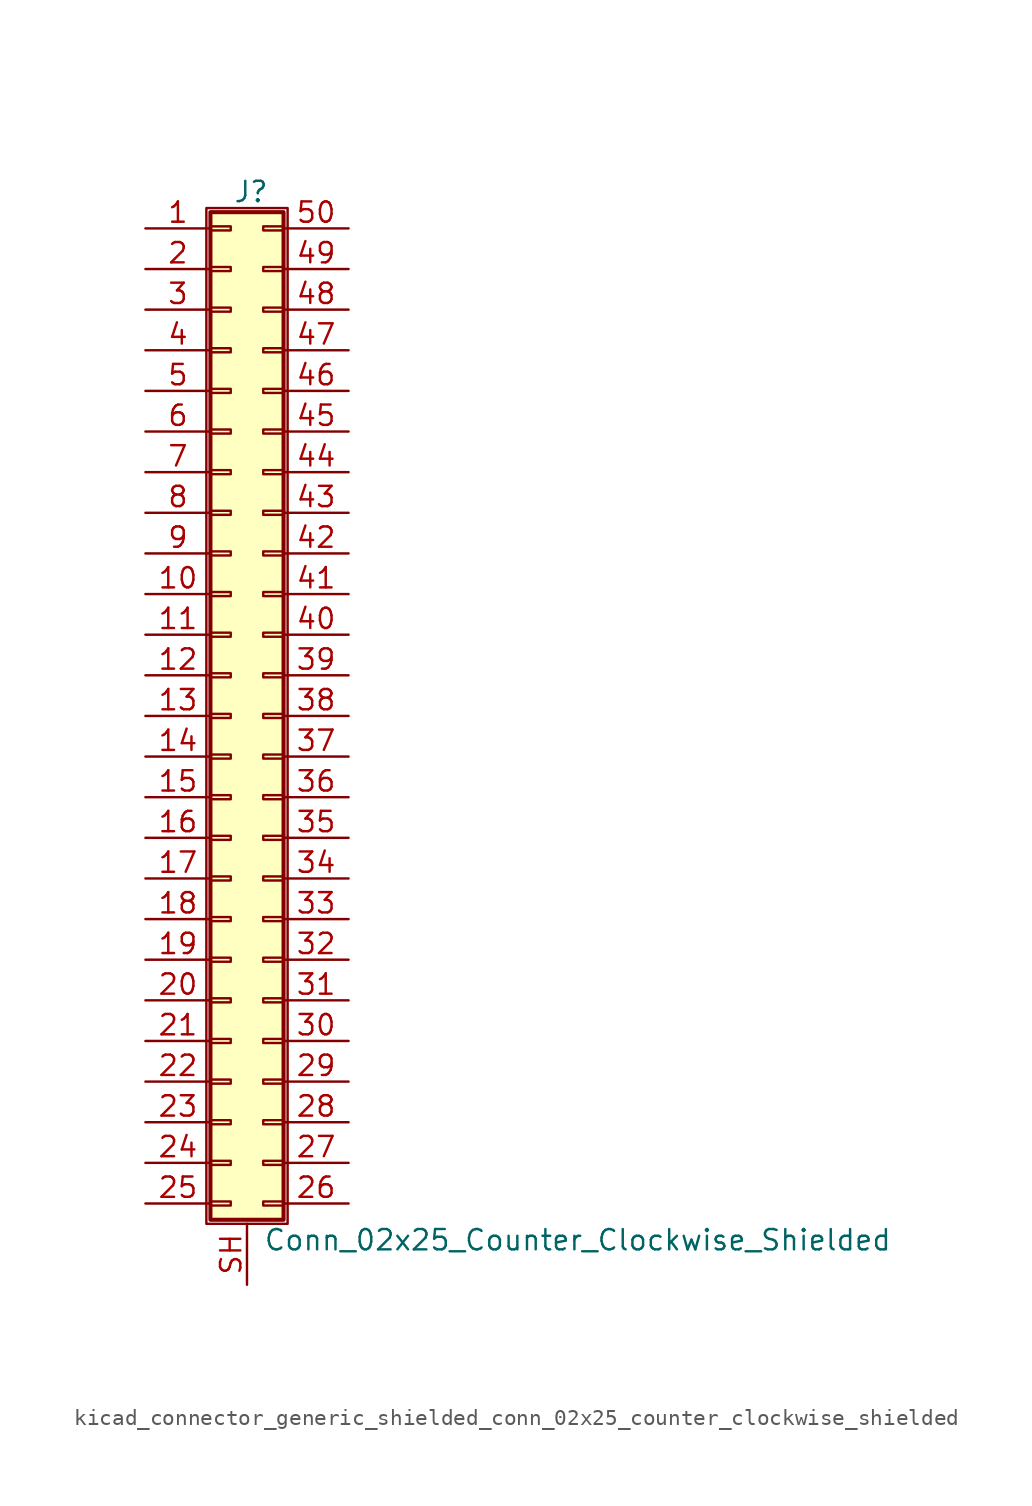
<source format=kicad_sym>
(kicad_symbol_lib
  (version 20220914)
  (generator kicad_symbol_editor)
  (symbol "kicad_connector_generic_shielded_conn_02x25_counter_clockwise_shielded"
    (pin_names
      (offset 1.016) hide)
    (property "Reference" "J"
      (at 1.524 32.766 0)
      (effects (font (size 1.27 1.27))))
    (property "Value" "Conn_02x25_Counter_Clockwise_Shielded"
      (at 2.286 -32.766 0)
      (effects (font (size 1.27 1.27)) (justify left)))
    (symbol "kicad_connector_generic_shielded_conn_02x25_counter_clockwise_shielded_1_1"
      (rectangle (start -1.27 31.75) (end 3.81 -31.75) (stroke (width 0.152) (type default)) (fill (type none)))
      (rectangle (start -1.016 -30.353) (end 0.254 -30.607) (stroke (width 0.152) (type default)) (fill (type none)))
      (rectangle (start -1.016 -27.813) (end 0.254 -28.067) (stroke (width 0.152) (type default)) (fill (type none)))
      (rectangle (start -1.016 -25.273) (end 0.254 -25.527) (stroke (width 0.152) (type default)) (fill (type none)))
      (rectangle (start -1.016 -22.733) (end 0.254 -22.987) (stroke (width 0.152) (type default)) (fill (type none)))
      (rectangle (start -1.016 -20.193) (end 0.254 -20.447) (stroke (width 0.152) (type default)) (fill (type none)))
      (rectangle (start -1.016 -17.653) (end 0.254 -17.907) (stroke (width 0.152) (type default)) (fill (type none)))
      (rectangle (start -1.016 -15.113) (end 0.254 -15.367) (stroke (width 0.152) (type default)) (fill (type none)))
      (rectangle (start -1.016 -12.573) (end 0.254 -12.827) (stroke (width 0.152) (type default)) (fill (type none)))
      (rectangle (start -1.016 -10.033) (end 0.254 -10.287) (stroke (width 0.152) (type default)) (fill (type none)))
      (rectangle (start -1.016 -7.493) (end 0.254 -7.747) (stroke (width 0.152) (type default)) (fill (type none)))
      (rectangle (start -1.016 -4.953) (end 0.254 -5.207) (stroke (width 0.152) (type default)) (fill (type none)))
      (rectangle (start -1.016 -2.413) (end 0.254 -2.667) (stroke (width 0.152) (type default)) (fill (type none)))
      (rectangle (start -1.016 0.127) (end 0.254 -0.127) (stroke (width 0.152) (type default)) (fill (type none)))
      (rectangle (start -1.016 2.667) (end 0.254 2.413) (stroke (width 0.152) (type default)) (fill (type none)))
      (rectangle (start -1.016 5.207) (end 0.254 4.953) (stroke (width 0.152) (type default)) (fill (type none)))
      (rectangle (start -1.016 7.747) (end 0.254 7.493) (stroke (width 0.152) (type default)) (fill (type none)))
      (rectangle (start -1.016 10.287) (end 0.254 10.033) (stroke (width 0.152) (type default)) (fill (type none)))
      (rectangle (start -1.016 12.827) (end 0.254 12.573) (stroke (width 0.152) (type default)) (fill (type none)))
      (rectangle (start -1.016 15.367) (end 0.254 15.113) (stroke (width 0.152) (type default)) (fill (type none)))
      (rectangle (start -1.016 17.907) (end 0.254 17.653) (stroke (width 0.152) (type default)) (fill (type none)))
      (rectangle (start -1.016 20.447) (end 0.254 20.193) (stroke (width 0.152) (type default)) (fill (type none)))
      (rectangle (start -1.016 22.987) (end 0.254 22.733) (stroke (width 0.152) (type default)) (fill (type none)))
      (rectangle (start -1.016 25.527) (end 0.254 25.273) (stroke (width 0.152) (type default)) (fill (type none)))
      (rectangle (start -1.016 28.067) (end 0.254 27.813) (stroke (width 0.152) (type default)) (fill (type none)))
      (rectangle (start -1.016 30.607) (end 0.254 30.353) (stroke (width 0.152) (type default)) (fill (type none)))
      (rectangle (start -1.016 31.496) (end 3.556 -31.496) (stroke (width 0.254) (type default)) (fill (type background)))
      (rectangle (start 3.556 -30.353) (end 2.286 -30.607) (stroke (width 0.152) (type default)) (fill (type none)))
      (rectangle (start 3.556 -27.813) (end 2.286 -28.067) (stroke (width 0.152) (type default)) (fill (type none)))
      (rectangle (start 3.556 -25.273) (end 2.286 -25.527) (stroke (width 0.152) (type default)) (fill (type none)))
      (rectangle (start 3.556 -22.733) (end 2.286 -22.987) (stroke (width 0.152) (type default)) (fill (type none)))
      (rectangle (start 3.556 -20.193) (end 2.286 -20.447) (stroke (width 0.152) (type default)) (fill (type none)))
      (rectangle (start 3.556 -17.653) (end 2.286 -17.907) (stroke (width 0.152) (type default)) (fill (type none)))
      (rectangle (start 3.556 -15.113) (end 2.286 -15.367) (stroke (width 0.152) (type default)) (fill (type none)))
      (rectangle (start 3.556 -12.573) (end 2.286 -12.827) (stroke (width 0.152) (type default)) (fill (type none)))
      (rectangle (start 3.556 -10.033) (end 2.286 -10.287) (stroke (width 0.152) (type default)) (fill (type none)))
      (rectangle (start 3.556 -7.493) (end 2.286 -7.747) (stroke (width 0.152) (type default)) (fill (type none)))
      (rectangle (start 3.556 -4.953) (end 2.286 -5.207) (stroke (width 0.152) (type default)) (fill (type none)))
      (rectangle (start 3.556 -2.413) (end 2.286 -2.667) (stroke (width 0.152) (type default)) (fill (type none)))
      (rectangle (start 3.556 0.127) (end 2.286 -0.127) (stroke (width 0.152) (type default)) (fill (type none)))
      (rectangle (start 3.556 2.667) (end 2.286 2.413) (stroke (width 0.152) (type default)) (fill (type none)))
      (rectangle (start 3.556 5.207) (end 2.286 4.953) (stroke (width 0.152) (type default)) (fill (type none)))
      (rectangle (start 3.556 7.747) (end 2.286 7.493) (stroke (width 0.152) (type default)) (fill (type none)))
      (rectangle (start 3.556 10.287) (end 2.286 10.033) (stroke (width 0.152) (type default)) (fill (type none)))
      (rectangle (start 3.556 12.827) (end 2.286 12.573) (stroke (width 0.152) (type default)) (fill (type none)))
      (rectangle (start 3.556 15.367) (end 2.286 15.113) (stroke (width 0.152) (type default)) (fill (type none)))
      (rectangle (start 3.556 17.907) (end 2.286 17.653) (stroke (width 0.152) (type default)) (fill (type none)))
      (rectangle (start 3.556 20.447) (end 2.286 20.193) (stroke (width 0.152) (type default)) (fill (type none)))
      (rectangle (start 3.556 22.987) (end 2.286 22.733) (stroke (width 0.152) (type default)) (fill (type none)))
      (rectangle (start 3.556 25.527) (end 2.286 25.273) (stroke (width 0.152) (type default)) (fill (type none)))
      (rectangle (start 3.556 28.067) (end 2.286 27.813) (stroke (width 0.152) (type default)) (fill (type none)))
      (rectangle (start 3.556 30.607) (end 2.286 30.353) (stroke (width 0.152) (type default)) (fill (type none)))
      (pin passive line (at -5.08 30.48 0) (length 4.064) (name "Pin_1" (effects (font (size 1.27 1.27)))) (number "1" (effects (font (size 1.27 1.27)))))
      (pin passive line (at -5.08 7.62 0) (length 4.064) (name "Pin_10" (effects (font (size 1.27 1.27)))) (number "10" (effects (font (size 1.27 1.27)))))
      (pin passive line (at -5.08 5.08 0) (length 4.064) (name "Pin_11" (effects (font (size 1.27 1.27)))) (number "11" (effects (font (size 1.27 1.27)))))
      (pin passive line (at -5.08 2.54 0) (length 4.064) (name "Pin_12" (effects (font (size 1.27 1.27)))) (number "12" (effects (font (size 1.27 1.27)))))
      (pin passive line (at -5.08 0 0) (length 4.064) (name "Pin_13" (effects (font (size 1.27 1.27)))) (number "13" (effects (font (size 1.27 1.27)))))
      (pin passive line (at -5.08 -2.54 0) (length 4.064) (name "Pin_14" (effects (font (size 1.27 1.27)))) (number "14" (effects (font (size 1.27 1.27)))))
      (pin passive line (at -5.08 -5.08 0) (length 4.064) (name "Pin_15" (effects (font (size 1.27 1.27)))) (number "15" (effects (font (size 1.27 1.27)))))
      (pin passive line (at -5.08 -7.62 0) (length 4.064) (name "Pin_16" (effects (font (size 1.27 1.27)))) (number "16" (effects (font (size 1.27 1.27)))))
      (pin passive line (at -5.08 -10.16 0) (length 4.064) (name "Pin_17" (effects (font (size 1.27 1.27)))) (number "17" (effects (font (size 1.27 1.27)))))
      (pin passive line (at -5.08 -12.7 0) (length 4.064) (name "Pin_18" (effects (font (size 1.27 1.27)))) (number "18" (effects (font (size 1.27 1.27)))))
      (pin passive line (at -5.08 -15.24 0) (length 4.064) (name "Pin_19" (effects (font (size 1.27 1.27)))) (number "19" (effects (font (size 1.27 1.27)))))
      (pin passive line (at -5.08 27.94 0) (length 4.064) (name "Pin_2" (effects (font (size 1.27 1.27)))) (number "2" (effects (font (size 1.27 1.27)))))
      (pin passive line (at -5.08 -17.78 0) (length 4.064) (name "Pin_20" (effects (font (size 1.27 1.27)))) (number "20" (effects (font (size 1.27 1.27)))))
      (pin passive line (at -5.08 -20.32 0) (length 4.064) (name "Pin_21" (effects (font (size 1.27 1.27)))) (number "21" (effects (font (size 1.27 1.27)))))
      (pin passive line (at -5.08 -22.86 0) (length 4.064) (name "Pin_22" (effects (font (size 1.27 1.27)))) (number "22" (effects (font (size 1.27 1.27)))))
      (pin passive line (at -5.08 -25.4 0) (length 4.064) (name "Pin_23" (effects (font (size 1.27 1.27)))) (number "23" (effects (font (size 1.27 1.27)))))
      (pin passive line (at -5.08 -27.94 0) (length 4.064) (name "Pin_24" (effects (font (size 1.27 1.27)))) (number "24" (effects (font (size 1.27 1.27)))))
      (pin passive line (at -5.08 -30.48 0) (length 4.064) (name "Pin_25" (effects (font (size 1.27 1.27)))) (number "25" (effects (font (size 1.27 1.27)))))
      (pin passive line (at 7.62 -30.48 180) (length 4.064) (name "Pin_26" (effects (font (size 1.27 1.27)))) (number "26" (effects (font (size 1.27 1.27)))))
      (pin passive line (at 7.62 -27.94 180) (length 4.064) (name "Pin_27" (effects (font (size 1.27 1.27)))) (number "27" (effects (font (size 1.27 1.27)))))
      (pin passive line (at 7.62 -25.4 180) (length 4.064) (name "Pin_28" (effects (font (size 1.27 1.27)))) (number "28" (effects (font (size 1.27 1.27)))))
      (pin passive line (at 7.62 -22.86 180) (length 4.064) (name "Pin_29" (effects (font (size 1.27 1.27)))) (number "29" (effects (font (size 1.27 1.27)))))
      (pin passive line (at -5.08 25.4 0) (length 4.064) (name "Pin_3" (effects (font (size 1.27 1.27)))) (number "3" (effects (font (size 1.27 1.27)))))
      (pin passive line (at 7.62 -20.32 180) (length 4.064) (name "Pin_30" (effects (font (size 1.27 1.27)))) (number "30" (effects (font (size 1.27 1.27)))))
      (pin passive line (at 7.62 -17.78 180) (length 4.064) (name "Pin_31" (effects (font (size 1.27 1.27)))) (number "31" (effects (font (size 1.27 1.27)))))
      (pin passive line (at 7.62 -15.24 180) (length 4.064) (name "Pin_32" (effects (font (size 1.27 1.27)))) (number "32" (effects (font (size 1.27 1.27)))))
      (pin passive line (at 7.62 -12.7 180) (length 4.064) (name "Pin_33" (effects (font (size 1.27 1.27)))) (number "33" (effects (font (size 1.27 1.27)))))
      (pin passive line (at 7.62 -10.16 180) (length 4.064) (name "Pin_34" (effects (font (size 1.27 1.27)))) (number "34" (effects (font (size 1.27 1.27)))))
      (pin passive line (at 7.62 -7.62 180) (length 4.064) (name "Pin_35" (effects (font (size 1.27 1.27)))) (number "35" (effects (font (size 1.27 1.27)))))
      (pin passive line (at 7.62 -5.08 180) (length 4.064) (name "Pin_36" (effects (font (size 1.27 1.27)))) (number "36" (effects (font (size 1.27 1.27)))))
      (pin passive line (at 7.62 -2.54 180) (length 4.064) (name "Pin_37" (effects (font (size 1.27 1.27)))) (number "37" (effects (font (size 1.27 1.27)))))
      (pin passive line (at 7.62 0 180) (length 4.064) (name "Pin_38" (effects (font (size 1.27 1.27)))) (number "38" (effects (font (size 1.27 1.27)))))
      (pin passive line (at 7.62 2.54 180) (length 4.064) (name "Pin_39" (effects (font (size 1.27 1.27)))) (number "39" (effects (font (size 1.27 1.27)))))
      (pin passive line (at -5.08 22.86 0) (length 4.064) (name "Pin_4" (effects (font (size 1.27 1.27)))) (number "4" (effects (font (size 1.27 1.27)))))
      (pin passive line (at 7.62 5.08 180) (length 4.064) (name "Pin_40" (effects (font (size 1.27 1.27)))) (number "40" (effects (font (size 1.27 1.27)))))
      (pin passive line (at 7.62 7.62 180) (length 4.064) (name "Pin_41" (effects (font (size 1.27 1.27)))) (number "41" (effects (font (size 1.27 1.27)))))
      (pin passive line (at 7.62 10.16 180) (length 4.064) (name "Pin_42" (effects (font (size 1.27 1.27)))) (number "42" (effects (font (size 1.27 1.27)))))
      (pin passive line (at 7.62 12.7 180) (length 4.064) (name "Pin_43" (effects (font (size 1.27 1.27)))) (number "43" (effects (font (size 1.27 1.27)))))
      (pin passive line (at 7.62 15.24 180) (length 4.064) (name "Pin_44" (effects (font (size 1.27 1.27)))) (number "44" (effects (font (size 1.27 1.27)))))
      (pin passive line (at 7.62 17.78 180) (length 4.064) (name "Pin_45" (effects (font (size 1.27 1.27)))) (number "45" (effects (font (size 1.27 1.27)))))
      (pin passive line (at 7.62 20.32 180) (length 4.064) (name "Pin_46" (effects (font (size 1.27 1.27)))) (number "46" (effects (font (size 1.27 1.27)))))
      (pin passive line (at 7.62 22.86 180) (length 4.064) (name "Pin_47" (effects (font (size 1.27 1.27)))) (number "47" (effects (font (size 1.27 1.27)))))
      (pin passive line (at 7.62 25.4 180) (length 4.064) (name "Pin_48" (effects (font (size 1.27 1.27)))) (number "48" (effects (font (size 1.27 1.27)))))
      (pin passive line (at 7.62 27.94 180) (length 4.064) (name "Pin_49" (effects (font (size 1.27 1.27)))) (number "49" (effects (font (size 1.27 1.27)))))
      (pin passive line (at -5.08 20.32 0) (length 4.064) (name "Pin_5" (effects (font (size 1.27 1.27)))) (number "5" (effects (font (size 1.27 1.27)))))
      (pin passive line (at 7.62 30.48 180) (length 4.064) (name "Pin_50" (effects (font (size 1.27 1.27)))) (number "50" (effects (font (size 1.27 1.27)))))
      (pin passive line (at -5.08 17.78 0) (length 4.064) (name "Pin_6" (effects (font (size 1.27 1.27)))) (number "6" (effects (font (size 1.27 1.27)))))
      (pin passive line (at -5.08 15.24 0) (length 4.064) (name "Pin_7" (effects (font (size 1.27 1.27)))) (number "7" (effects (font (size 1.27 1.27)))))
      (pin passive line (at -5.08 12.7 0) (length 4.064) (name "Pin_8" (effects (font (size 1.27 1.27)))) (number "8" (effects (font (size 1.27 1.27)))))
      (pin passive line (at -5.08 10.16 0) (length 4.064) (name "Pin_9" (effects (font (size 1.27 1.27)))) (number "9" (effects (font (size 1.27 1.27)))))
      (pin passive line (at 1.27 -35.56 90) (length 3.81) (name "Shield" (effects (font (size 1.27 1.27)))) (number "SH" (effects (font (size 1.27 1.27))))))))
</source>
